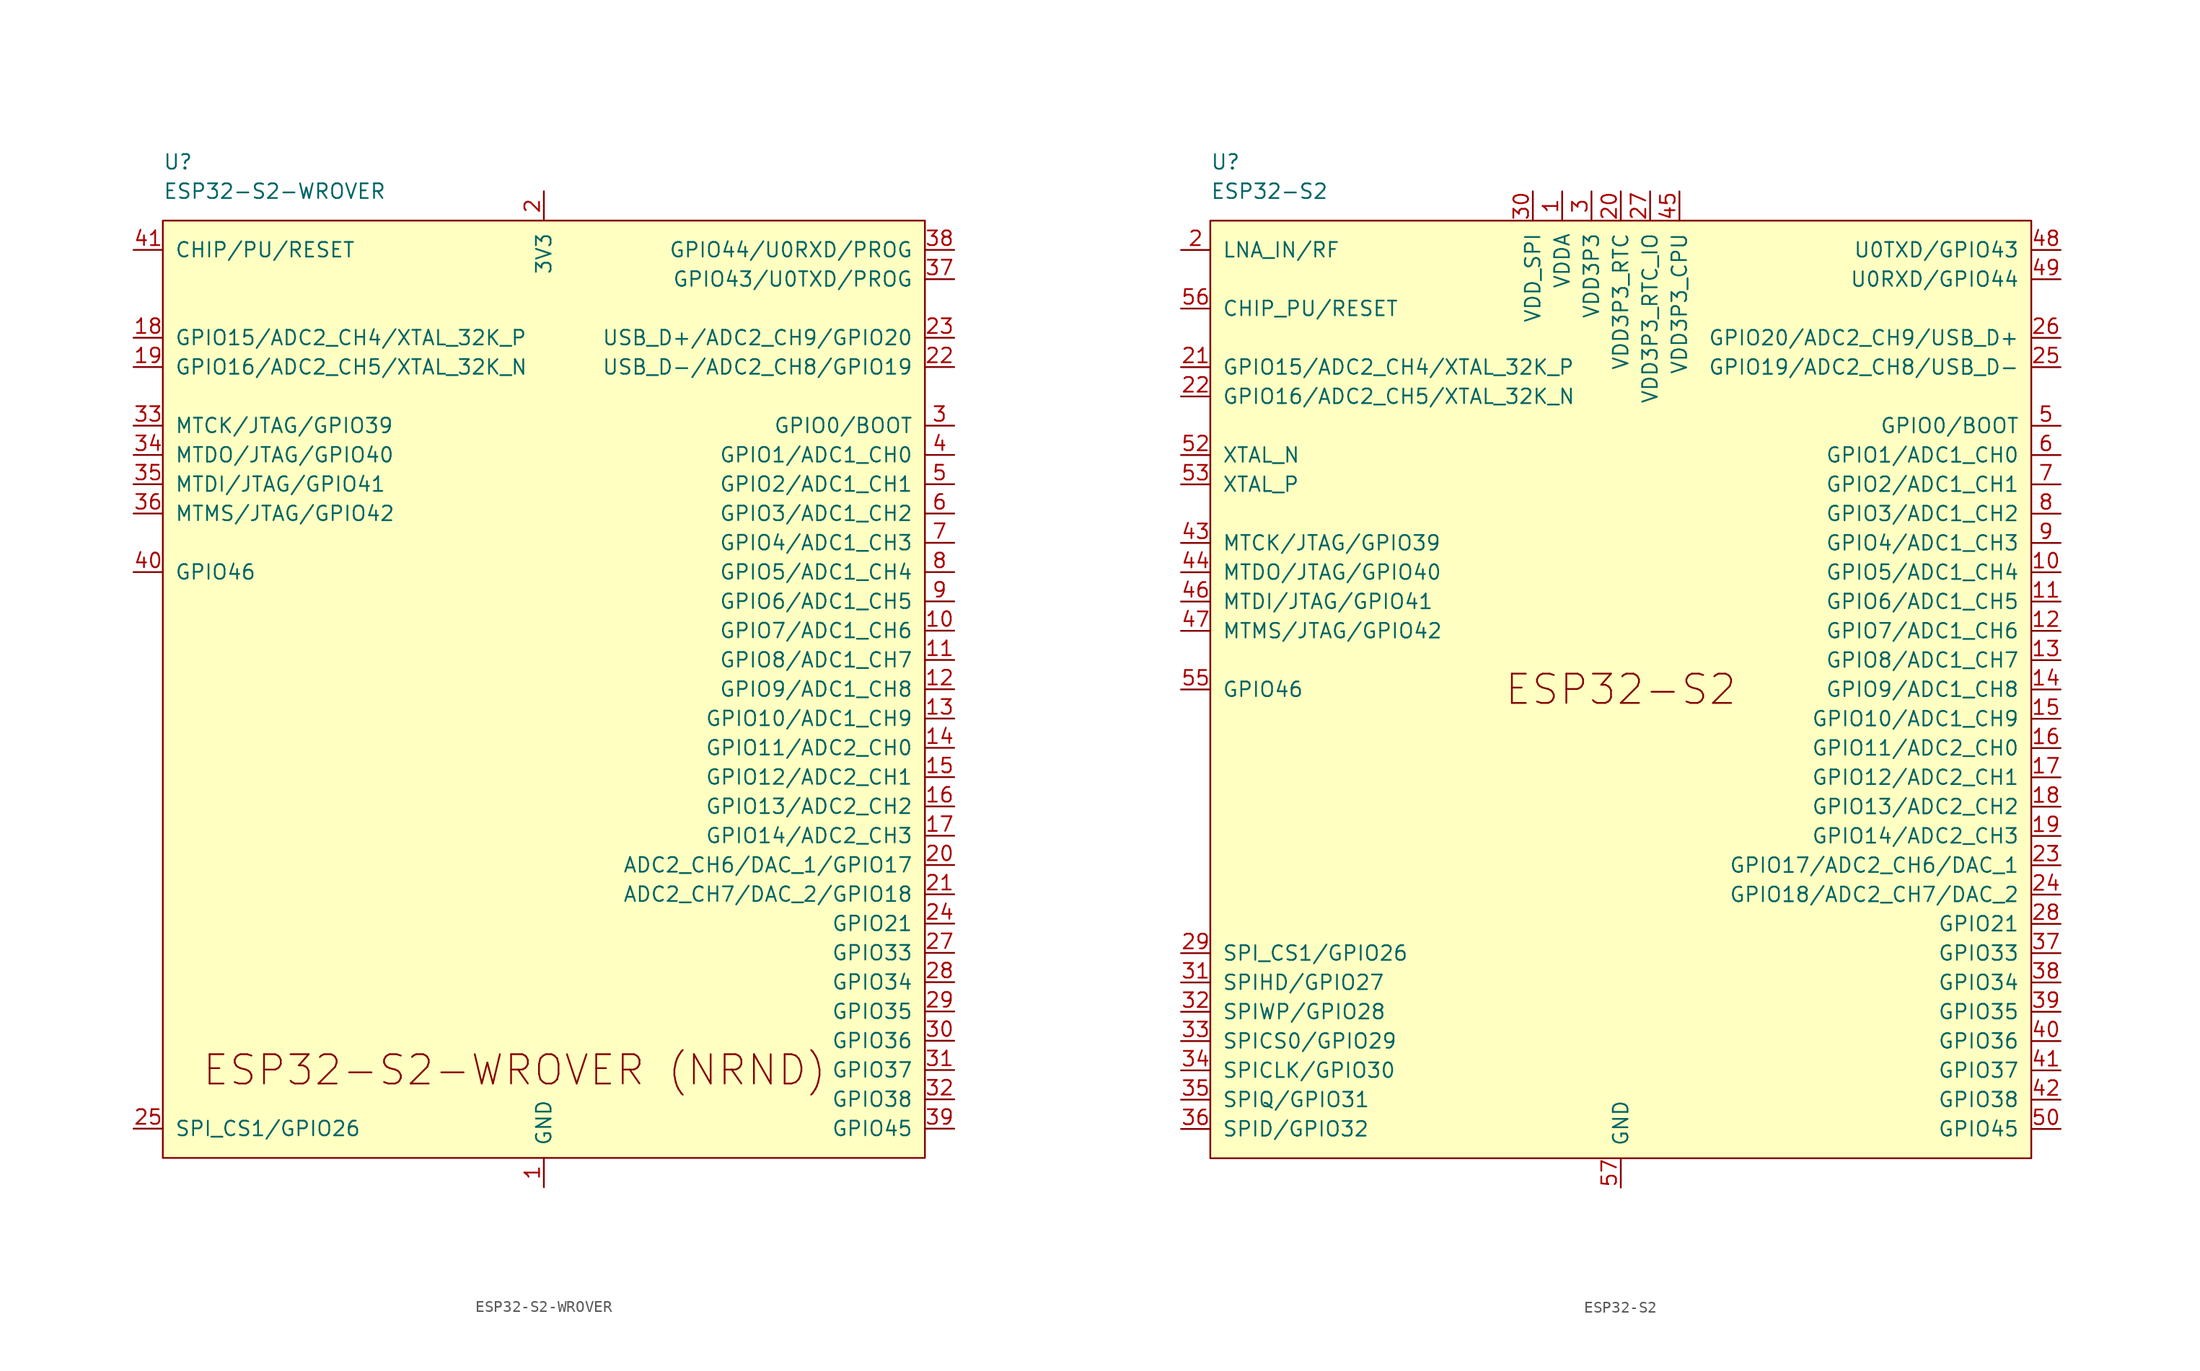
<source format=kicad_sym>
(kicad_symbol_lib
  (version 20241209)
  (generator "kicad_symbol_editor")
  (generator_version "9.0")
  (symbol "ESP32-S2-WROVER"
    (pin_names
      (offset 1.016))
    (property "Reference" "U"
      (at -33.02 45.72 0)
      (effects (font (size 1.27 1.27)) (justify left)))
    (property "Value" "ESP32-S2-WROVER"
      (at -33.02 43.18 0)
      (effects (font (size 1.27 1.27)) (justify left)))
    (symbol "ESP32-S2-WROVER_0_0"
      (text "ESP32-S2-WROVER (NRND)" (at -2.54 -33.02 0) (effects (font (size 2.54 2.54))))
      (pin input line (at -35.56 38.1 0) (length 2.54) (name "CHIP/PU/RESET" (effects (font (size 1.27 1.27)))) (number "41" (effects (font (size 1.27 1.27)))))
      (pin bidirectional line (at -35.56 30.48 0) (length 2.54) (name "GPIO15/ADC2_CH4/XTAL_32K_P" (effects (font (size 1.27 1.27)))) (number "18" (effects (font (size 1.27 1.27)))))
      (pin bidirectional line (at -35.56 27.94 0) (length 2.54) (name "GPIO16/ADC2_CH5/XTAL_32K_N" (effects (font (size 1.27 1.27)))) (number "19" (effects (font (size 1.27 1.27)))))
      (pin bidirectional line (at -35.56 22.86 0) (length 2.54) (name "MTCK/JTAG/GPIO39" (effects (font (size 1.27 1.27)))) (number "33" (effects (font (size 1.27 1.27)))))
      (pin bidirectional line (at -35.56 20.32 0) (length 2.54) (name "MTDO/JTAG/GPIO40" (effects (font (size 1.27 1.27)))) (number "34" (effects (font (size 1.27 1.27)))))
      (pin bidirectional line (at -35.56 17.78 0) (length 2.54) (name "MTDI/JTAG/GPIO41" (effects (font (size 1.27 1.27)))) (number "35" (effects (font (size 1.27 1.27)))))
      (pin bidirectional line (at -35.56 15.24 0) (length 2.54) (name "MTMS/JTAG/GPIO42" (effects (font (size 1.27 1.27)))) (number "36" (effects (font (size 1.27 1.27)))))
      (pin input line (at -35.56 10.16 0) (length 2.54) (name "GPIO46" (effects (font (size 1.27 1.27)))) (number "40" (effects (font (size 1.27 1.27)))))
      (pin bidirectional line (at -35.56 -38.1 0) (length 2.54) (name "SPI_CS1/GPIO26" (effects (font (size 1.27 1.27)))) (number "25" (effects (font (size 1.27 1.27)))))
      (pin power_in line (at 0 43.18 270) (length 2.54) (name "3V3" (effects (font (size 1.27 1.27)))) (number "2" (effects (font (size 1.27 1.27)))))
      (pin power_in line (at 0 -43.18 90) (length 2.54) (name "GND" (effects (font (size 1.27 1.27)))) (number "1" (effects (font (size 1.27 1.27)))))
      (pin passive line (at 0 -43.18 90) (length 2.54) (hide yes) (name "GND" (effects (font (size 1.27 1.27)))) (number "26" (effects (font (size 1.27 1.27)))))
      (pin passive line (at 0 -43.18 90) (length 2.54) (hide yes) (name "GND" (effects (font (size 1.27 1.27)))) (number "42" (effects (font (size 1.27 1.27)))))
      (pin passive line (at 0 -43.18 90) (length 2.54) (hide yes) (name "GND" (effects (font (size 1.27 1.27)))) (number "43" (effects (font (size 1.27 1.27)))))
      (pin bidirectional line (at 35.56 38.1 180) (length 2.54) (name "GPIO44/U0RXD/PROG" (effects (font (size 1.27 1.27)))) (number "38" (effects (font (size 1.27 1.27)))))
      (pin bidirectional line (at 35.56 35.56 180) (length 2.54) (name "GPIO43/U0TXD/PROG" (effects (font (size 1.27 1.27)))) (number "37" (effects (font (size 1.27 1.27)))))
      (pin bidirectional line (at 35.56 30.48 180) (length 2.54) (name "USB_D+/ADC2_CH9/GPIO20" (effects (font (size 1.27 1.27)))) (number "23" (effects (font (size 1.27 1.27)))))
      (pin bidirectional line (at 35.56 27.94 180) (length 2.54) (name "USB_D-/ADC2_CH8/GPIO19" (effects (font (size 1.27 1.27)))) (number "22" (effects (font (size 1.27 1.27)))))
      (pin bidirectional line (at 35.56 22.86 180) (length 2.54) (name "GPIO0/BOOT" (effects (font (size 1.27 1.27)))) (number "3" (effects (font (size 1.27 1.27)))))
      (pin bidirectional line (at 35.56 20.32 180) (length 2.54) (name "GPIO1/ADC1_CH0" (effects (font (size 1.27 1.27)))) (number "4" (effects (font (size 1.27 1.27)))))
      (pin bidirectional line (at 35.56 17.78 180) (length 2.54) (name "GPIO2/ADC1_CH1" (effects (font (size 1.27 1.27)))) (number "5" (effects (font (size 1.27 1.27)))))
      (pin bidirectional line (at 35.56 15.24 180) (length 2.54) (name "GPIO3/ADC1_CH2" (effects (font (size 1.27 1.27)))) (number "6" (effects (font (size 1.27 1.27)))))
      (pin bidirectional line (at 35.56 12.7 180) (length 2.54) (name "GPIO4/ADC1_CH3" (effects (font (size 1.27 1.27)))) (number "7" (effects (font (size 1.27 1.27)))))
      (pin bidirectional line (at 35.56 10.16 180) (length 2.54) (name "GPIO5/ADC1_CH4" (effects (font (size 1.27 1.27)))) (number "8" (effects (font (size 1.27 1.27)))))
      (pin bidirectional line (at 35.56 7.62 180) (length 2.54) (name "GPIO6/ADC1_CH5" (effects (font (size 1.27 1.27)))) (number "9" (effects (font (size 1.27 1.27)))))
      (pin bidirectional line (at 35.56 5.08 180) (length 2.54) (name "GPIO7/ADC1_CH6" (effects (font (size 1.27 1.27)))) (number "10" (effects (font (size 1.27 1.27)))))
      (pin bidirectional line (at 35.56 2.54 180) (length 2.54) (name "GPIO8/ADC1_CH7" (effects (font (size 1.27 1.27)))) (number "11" (effects (font (size 1.27 1.27)))))
      (pin bidirectional line (at 35.56 0 180) (length 2.54) (name "GPIO9/ADC1_CH8" (effects (font (size 1.27 1.27)))) (number "12" (effects (font (size 1.27 1.27)))))
      (pin bidirectional line (at 35.56 -2.54 180) (length 2.54) (name "GPIO10/ADC1_CH9" (effects (font (size 1.27 1.27)))) (number "13" (effects (font (size 1.27 1.27)))))
      (pin bidirectional line (at 35.56 -5.08 180) (length 2.54) (name "GPIO11/ADC2_CH0" (effects (font (size 1.27 1.27)))) (number "14" (effects (font (size 1.27 1.27)))))
      (pin bidirectional line (at 35.56 -7.62 180) (length 2.54) (name "GPIO12/ADC2_CH1" (effects (font (size 1.27 1.27)))) (number "15" (effects (font (size 1.27 1.27)))))
      (pin bidirectional line (at 35.56 -10.16 180) (length 2.54) (name "GPIO13/ADC2_CH2" (effects (font (size 1.27 1.27)))) (number "16" (effects (font (size 1.27 1.27)))))
      (pin bidirectional line (at 35.56 -12.7 180) (length 2.54) (name "GPIO14/ADC2_CH3" (effects (font (size 1.27 1.27)))) (number "17" (effects (font (size 1.27 1.27)))))
      (pin bidirectional line (at 35.56 -15.24 180) (length 2.54) (name "ADC2_CH6/DAC_1/GPIO17" (effects (font (size 1.27 1.27)))) (number "20" (effects (font (size 1.27 1.27)))))
      (pin bidirectional line (at 35.56 -17.78 180) (length 2.54) (name "ADC2_CH7/DAC_2/GPIO18" (effects (font (size 1.27 1.27)))) (number "21" (effects (font (size 1.27 1.27)))))
      (pin bidirectional line (at 35.56 -20.32 180) (length 2.54) (name "GPIO21" (effects (font (size 1.27 1.27)))) (number "24" (effects (font (size 1.27 1.27)))))
      (pin bidirectional line (at 35.56 -22.86 180) (length 2.54) (name "GPIO33" (effects (font (size 1.27 1.27)))) (number "27" (effects (font (size 1.27 1.27)))))
      (pin bidirectional line (at 35.56 -25.4 180) (length 2.54) (name "GPIO34" (effects (font (size 1.27 1.27)))) (number "28" (effects (font (size 1.27 1.27)))))
      (pin bidirectional line (at 35.56 -27.94 180) (length 2.54) (name "GPIO35" (effects (font (size 1.27 1.27)))) (number "29" (effects (font (size 1.27 1.27)))))
      (pin bidirectional line (at 35.56 -30.48 180) (length 2.54) (name "GPIO36" (effects (font (size 1.27 1.27)))) (number "30" (effects (font (size 1.27 1.27)))))
      (pin bidirectional line (at 35.56 -33.02 180) (length 2.54) (name "GPIO37" (effects (font (size 1.27 1.27)))) (number "31" (effects (font (size 1.27 1.27)))))
      (pin bidirectional line (at 35.56 -35.56 180) (length 2.54) (name "GPIO38" (effects (font (size 1.27 1.27)))) (number "32" (effects (font (size 1.27 1.27)))))
      (pin bidirectional line (at 35.56 -38.1 180) (length 2.54) (name "GPIO45" (effects (font (size 1.27 1.27)))) (number "39" (effects (font (size 1.27 1.27))))))
    (symbol "ESP32-S2-WROVER_0_1"
      (rectangle (start -33.02 40.64) (end 33.02 -40.64) (stroke (width 0) (type default)) (fill (type background)))))
  (symbol "ESP32-S2"
    (pin_names
      (offset 1.016))
    (property "Reference" "U"
      (at -35.56 45.72 0)
      (effects (font (size 1.27 1.27)) (justify left)))
    (property "Value" "ESP32-S2"
      (at -35.56 43.18 0)
      (effects (font (size 1.27 1.27)) (justify left)))
    (symbol "ESP32-S2_0_0"
      (text "ESP32-S2" (at 0 0 0) (effects (font (size 2.54 2.54)))))
    (symbol "ESP32-S2_0_1"
      (rectangle (start -35.56 40.64) (end 35.56 -40.64) (stroke (width 0) (type default)) (fill (type background))))
    (symbol "ESP32-S2_1_1"
      (pin bidirectional line (at -38.1 38.1 0) (length 2.54) (name "LNA_IN/RF" (effects (font (size 1.27 1.27)))) (number "2" (effects (font (size 1.27 1.27)))))
      (pin bidirectional line (at -38.1 33.02 0) (length 2.54) (name "CHIP_PU/RESET" (effects (font (size 1.27 1.27)))) (number "56" (effects (font (size 1.27 1.27)))))
      (pin bidirectional line (at -38.1 27.94 0) (length 2.54) (name "GPIO15/ADC2_CH4/XTAL_32K_P" (effects (font (size 1.27 1.27)))) (number "21" (effects (font (size 1.27 1.27)))))
      (pin bidirectional line (at -38.1 25.4 0) (length 2.54) (name "GPIO16/ADC2_CH5/XTAL_32K_N" (effects (font (size 1.27 1.27)))) (number "22" (effects (font (size 1.27 1.27)))))
      (pin output line (at -38.1 20.32 0) (length 2.54) (name "XTAL_N" (effects (font (size 1.27 1.27)))) (number "52" (effects (font (size 1.27 1.27)))))
      (pin input line (at -38.1 17.78 0) (length 2.54) (name "XTAL_P" (effects (font (size 1.27 1.27)))) (number "53" (effects (font (size 1.27 1.27)))))
      (pin input line (at -38.1 12.7 0) (length 2.54) (name "MTCK/JTAG/GPIO39" (effects (font (size 1.27 1.27)))) (number "43" (effects (font (size 1.27 1.27)))))
      (pin output line (at -38.1 10.16 0) (length 2.54) (name "MTDO/JTAG/GPIO40" (effects (font (size 1.27 1.27)))) (number "44" (effects (font (size 1.27 1.27)))))
      (pin input line (at -38.1 7.62 0) (length 2.54) (name "MTDI/JTAG/GPIO41" (effects (font (size 1.27 1.27)))) (number "46" (effects (font (size 1.27 1.27)))))
      (pin output line (at -38.1 5.08 0) (length 2.54) (name "MTMS/JTAG/GPIO42" (effects (font (size 1.27 1.27)))) (number "47" (effects (font (size 1.27 1.27)))))
      (pin input line (at -38.1 0 0) (length 2.54) (name "GPIO46" (effects (font (size 1.27 1.27)))) (number "55" (effects (font (size 1.27 1.27)))))
      (pin bidirectional line (at -38.1 -22.86 0) (length 2.54) (name "SPI_CS1/GPIO26" (effects (font (size 1.27 1.27)))) (number "29" (effects (font (size 1.27 1.27)))))
      (pin bidirectional line (at -38.1 -25.4 0) (length 2.54) (name "SPIHD/GPIO27" (effects (font (size 1.27 1.27)))) (number "31" (effects (font (size 1.27 1.27)))))
      (pin bidirectional line (at -38.1 -27.94 0) (length 2.54) (name "SPIWP/GPIO28" (effects (font (size 1.27 1.27)))) (number "32" (effects (font (size 1.27 1.27)))))
      (pin bidirectional line (at -38.1 -30.48 0) (length 2.54) (name "SPICS0/GPIO29" (effects (font (size 1.27 1.27)))) (number "33" (effects (font (size 1.27 1.27)))))
      (pin bidirectional line (at -38.1 -33.02 0) (length 2.54) (name "SPICLK/GPIO30" (effects (font (size 1.27 1.27)))) (number "34" (effects (font (size 1.27 1.27)))))
      (pin bidirectional line (at -38.1 -35.56 0) (length 2.54) (name "SPIQ/GPIO31" (effects (font (size 1.27 1.27)))) (number "35" (effects (font (size 1.27 1.27)))))
      (pin bidirectional line (at -38.1 -38.1 0) (length 2.54) (name "SPID/GPIO32" (effects (font (size 1.27 1.27)))) (number "36" (effects (font (size 1.27 1.27)))))
      (pin power_out line (at -7.62 43.18 270) (length 2.54) (name "VDD_SPI" (effects (font (size 1.27 1.27)))) (number "30" (effects (font (size 1.27 1.27)))))
      (pin power_in line (at -5.08 43.18 270) (length 2.54) (name "VDDA" (effects (font (size 1.27 1.27)))) (number "1" (effects (font (size 1.27 1.27)))))
      (pin passive line (at -5.08 43.18 270) (length 2.54) (hide yes) (name "VDDA" (effects (font (size 1.27 1.27)))) (number "51" (effects (font (size 1.27 1.27)))))
      (pin passive line (at -5.08 43.18 270) (length 2.54) (hide yes) (name "VDDA" (effects (font (size 1.27 1.27)))) (number "54" (effects (font (size 1.27 1.27)))))
      (pin power_in line (at -2.54 43.18 270) (length 2.54) (name "VDD3P3" (effects (font (size 1.27 1.27)))) (number "3" (effects (font (size 1.27 1.27)))))
      (pin passive line (at -2.54 43.18 270) (length 2.54) (hide yes) (name "VDD3P3" (effects (font (size 1.27 1.27)))) (number "4" (effects (font (size 1.27 1.27)))))
      (pin power_in line (at 0 43.18 270) (length 2.54) (name "VDD3P3_RTC" (effects (font (size 1.27 1.27)))) (number "20" (effects (font (size 1.27 1.27)))))
      (pin power_in line (at 0 -43.18 90) (length 2.54) (name "GND" (effects (font (size 1.27 1.27)))) (number "57" (effects (font (size 1.27 1.27)))))
      (pin power_in line (at 2.54 43.18 270) (length 2.54) (name "VDD3P3_RTC_IO" (effects (font (size 1.27 1.27)))) (number "27" (effects (font (size 1.27 1.27)))))
      (pin power_in line (at 5.08 43.18 270) (length 2.54) (name "VDD3P3_CPU" (effects (font (size 1.27 1.27)))) (number "45" (effects (font (size 1.27 1.27)))))
      (pin bidirectional line (at 38.1 38.1 180) (length 2.54) (name "U0TXD/GPIO43" (effects (font (size 1.27 1.27)))) (number "48" (effects (font (size 1.27 1.27)))))
      (pin bidirectional line (at 38.1 35.56 180) (length 2.54) (name "U0RXD/GPIO44" (effects (font (size 1.27 1.27)))) (number "49" (effects (font (size 1.27 1.27)))))
      (pin bidirectional line (at 38.1 30.48 180) (length 2.54) (name "GPIO20/ADC2_CH9/USB_D+" (effects (font (size 1.27 1.27)))) (number "26" (effects (font (size 1.27 1.27)))))
      (pin bidirectional line (at 38.1 27.94 180) (length 2.54) (name "GPIO19/ADC2_CH8/USB_D-" (effects (font (size 1.27 1.27)))) (number "25" (effects (font (size 1.27 1.27)))))
      (pin bidirectional line (at 38.1 22.86 180) (length 2.54) (name "GPIO0/BOOT" (effects (font (size 1.27 1.27)))) (number "5" (effects (font (size 1.27 1.27)))))
      (pin bidirectional line (at 38.1 20.32 180) (length 2.54) (name "GPIO1/ADC1_CH0" (effects (font (size 1.27 1.27)))) (number "6" (effects (font (size 1.27 1.27)))))
      (pin bidirectional line (at 38.1 17.78 180) (length 2.54) (name "GPIO2/ADC1_CH1" (effects (font (size 1.27 1.27)))) (number "7" (effects (font (size 1.27 1.27)))))
      (pin bidirectional line (at 38.1 15.24 180) (length 2.54) (name "GPIO3/ADC1_CH2" (effects (font (size 1.27 1.27)))) (number "8" (effects (font (size 1.27 1.27)))))
      (pin bidirectional line (at 38.1 12.7 180) (length 2.54) (name "GPIO4/ADC1_CH3" (effects (font (size 1.27 1.27)))) (number "9" (effects (font (size 1.27 1.27)))))
      (pin bidirectional line (at 38.1 10.16 180) (length 2.54) (name "GPIO5/ADC1_CH4" (effects (font (size 1.27 1.27)))) (number "10" (effects (font (size 1.27 1.27)))))
      (pin bidirectional line (at 38.1 7.62 180) (length 2.54) (name "GPIO6/ADC1_CH5" (effects (font (size 1.27 1.27)))) (number "11" (effects (font (size 1.27 1.27)))))
      (pin bidirectional line (at 38.1 5.08 180) (length 2.54) (name "GPIO7/ADC1_CH6" (effects (font (size 1.27 1.27)))) (number "12" (effects (font (size 1.27 1.27)))))
      (pin bidirectional line (at 38.1 2.54 180) (length 2.54) (name "GPIO8/ADC1_CH7" (effects (font (size 1.27 1.27)))) (number "13" (effects (font (size 1.27 1.27)))))
      (pin bidirectional line (at 38.1 0 180) (length 2.54) (name "GPIO9/ADC1_CH8" (effects (font (size 1.27 1.27)))) (number "14" (effects (font (size 1.27 1.27)))))
      (pin bidirectional line (at 38.1 -2.54 180) (length 2.54) (name "GPIO10/ADC1_CH9" (effects (font (size 1.27 1.27)))) (number "15" (effects (font (size 1.27 1.27)))))
      (pin bidirectional line (at 38.1 -5.08 180) (length 2.54) (name "GPIO11/ADC2_CH0" (effects (font (size 1.27 1.27)))) (number "16" (effects (font (size 1.27 1.27)))))
      (pin bidirectional line (at 38.1 -7.62 180) (length 2.54) (name "GPIO12/ADC2_CH1" (effects (font (size 1.27 1.27)))) (number "17" (effects (font (size 1.27 1.27)))))
      (pin bidirectional line (at 38.1 -10.16 180) (length 2.54) (name "GPIO13/ADC2_CH2" (effects (font (size 1.27 1.27)))) (number "18" (effects (font (size 1.27 1.27)))))
      (pin bidirectional line (at 38.1 -12.7 180) (length 2.54) (name "GPIO14/ADC2_CH3" (effects (font (size 1.27 1.27)))) (number "19" (effects (font (size 1.27 1.27)))))
      (pin bidirectional line (at 38.1 -15.24 180) (length 2.54) (name "GPIO17/ADC2_CH6/DAC_1" (effects (font (size 1.27 1.27)))) (number "23" (effects (font (size 1.27 1.27)))))
      (pin bidirectional line (at 38.1 -17.78 180) (length 2.54) (name "GPIO18/ADC2_CH7/DAC_2" (effects (font (size 1.27 1.27)))) (number "24" (effects (font (size 1.27 1.27)))))
      (pin bidirectional line (at 38.1 -20.32 180) (length 2.54) (name "GPIO21" (effects (font (size 1.27 1.27)))) (number "28" (effects (font (size 1.27 1.27)))))
      (pin bidirectional line (at 38.1 -22.86 180) (length 2.54) (name "GPIO33" (effects (font (size 1.27 1.27)))) (number "37" (effects (font (size 1.27 1.27)))))
      (pin bidirectional line (at 38.1 -25.4 180) (length 2.54) (name "GPIO34" (effects (font (size 1.27 1.27)))) (number "38" (effects (font (size 1.27 1.27)))))
      (pin bidirectional line (at 38.1 -27.94 180) (length 2.54) (name "GPIO35" (effects (font (size 1.27 1.27)))) (number "39" (effects (font (size 1.27 1.27)))))
      (pin bidirectional line (at 38.1 -30.48 180) (length 2.54) (name "GPIO36" (effects (font (size 1.27 1.27)))) (number "40" (effects (font (size 1.27 1.27)))))
      (pin bidirectional line (at 38.1 -33.02 180) (length 2.54) (name "GPIO37" (effects (font (size 1.27 1.27)))) (number "41" (effects (font (size 1.27 1.27)))))
      (pin bidirectional line (at 38.1 -35.56 180) (length 2.54) (name "GPIO38" (effects (font (size 1.27 1.27)))) (number "42" (effects (font (size 1.27 1.27)))))
      (pin bidirectional line (at 38.1 -38.1 180) (length 2.54) (name "GPIO45" (effects (font (size 1.27 1.27)))) (number "50" (effects (font (size 1.27 1.27))))))))
</source>
